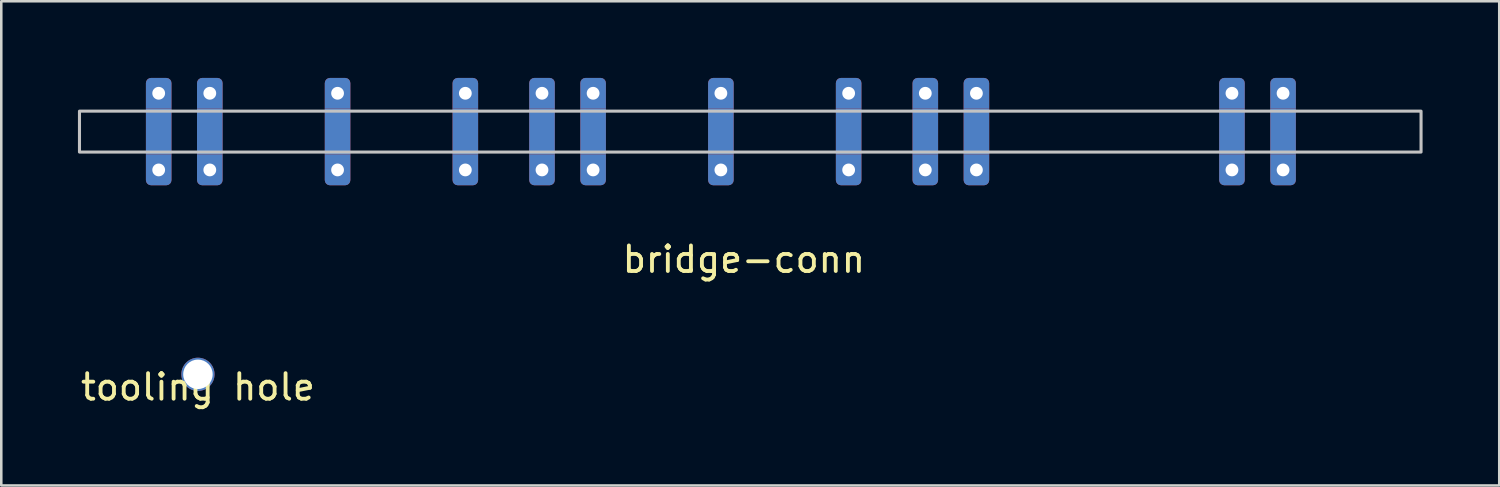
<source format=kicad_pcb>
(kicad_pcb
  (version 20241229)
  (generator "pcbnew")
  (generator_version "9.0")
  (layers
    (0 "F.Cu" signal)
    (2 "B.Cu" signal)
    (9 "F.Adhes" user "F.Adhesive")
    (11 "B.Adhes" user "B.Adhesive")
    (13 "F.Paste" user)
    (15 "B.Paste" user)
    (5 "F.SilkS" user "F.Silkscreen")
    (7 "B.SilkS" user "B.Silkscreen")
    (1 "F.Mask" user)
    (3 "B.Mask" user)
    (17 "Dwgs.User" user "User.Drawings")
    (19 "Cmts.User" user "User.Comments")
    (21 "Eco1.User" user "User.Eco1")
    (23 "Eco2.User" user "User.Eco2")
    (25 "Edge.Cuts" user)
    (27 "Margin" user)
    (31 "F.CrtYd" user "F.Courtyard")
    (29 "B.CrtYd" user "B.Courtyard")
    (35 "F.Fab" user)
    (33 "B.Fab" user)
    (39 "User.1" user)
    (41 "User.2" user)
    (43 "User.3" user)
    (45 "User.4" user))
  (footprint "tooling hole"
    (layer "F.Cu")
    (at 4.696 11.598)
    (property "Reference" "tooling hole" (at 0 0.5 0) (layer "F.SilkS") (effects (font (size 1 1) (thickness 0.15))))
    (attr through_hole)
    (pad "1" thru_hole circle (at 0 0) (size 1.3 1.3) (drill 1.152) (layers "*.Cu" "*.Mask")))
  (footprint "bridge-conn"
    (layer "F.Cu")
    (at 22.56 2.1)
    (property "Reference" "bridge-conn" (at 3.5 5 0) (layer "F.SilkS") (effects (font (size 1 1) (thickness 0.15))))
    (attr through_hole exclude_from_pos_files exclude_from_bom)
    (fp_rect (start -22.5 0.8) (end 30 -0.8) (stroke (width 0.12) (type default)) (fill no) (layer "Dwgs.User"))
    (pad "1" thru_hole roundrect (at -19.4 -1.5) (size 1 1.2) (drill 0.5) (layers "*.Cu" "F.Mask") (roundrect_rratio 0.2) (chamfer_ratio 0) (chamfer bottom_left bottom_right))
    (pad "1" smd rect (at -19.4 0) (size 1 1.8) (layers "F.Cu"))
    (pad "1" smd rect (at -19.4 0) (size 1 1.8) (layers "B.Cu"))
    (pad "1" thru_hole roundrect (at -19.4 1.5 180) (size 1 1.2) (drill 0.5) (layers "*.Cu" "F.Mask") (roundrect_rratio 0.2) (chamfer_ratio 0) (chamfer bottom_left bottom_right))
    (pad "2" thru_hole roundrect (at -17.4 -1.5) (size 1 1.2) (drill 0.5) (layers "*.Cu" "F.Mask") (roundrect_rratio 0.2) (chamfer_ratio 0) (chamfer bottom_left bottom_right))
    (pad "2" smd rect (at -17.4 0) (size 1 1.8) (layers "F.Cu"))
    (pad "2" smd rect (at -17.4 0) (size 1 1.8) (layers "B.Cu"))
    (pad "2" thru_hole roundrect (at -17.4 1.5 180) (size 1 1.2) (drill 0.5) (layers "*.Cu" "F.Mask") (roundrect_rratio 0.2) (chamfer_ratio 0) (chamfer bottom_left bottom_right))
    (pad "3" thru_hole roundrect (at -12.4 -1.5) (size 1 1.2) (drill 0.5) (layers "*.Cu" "F.Mask") (roundrect_rratio 0.2) (chamfer_ratio 0) (chamfer bottom_left bottom_right))
    (pad "3" smd rect (at -12.4 0) (size 1 1.8) (layers "F.Cu"))
    (pad "3" smd rect (at -12.4 0) (size 1 1.8) (layers "B.Cu"))
    (pad "3" thru_hole roundrect (at -12.4 1.5 180) (size 1 1.2) (drill 0.5) (layers "*.Cu" "F.Mask") (roundrect_rratio 0.2) (chamfer_ratio 0) (chamfer bottom_left bottom_right))
    (pad "4" thru_hole roundrect (at -7.4 -1.5) (size 1 1.2) (drill 0.5) (layers "*.Cu" "F.Mask") (roundrect_rratio 0.2) (chamfer_ratio 0) (chamfer bottom_left bottom_right))
    (pad "4" smd rect (at -7.4 0) (size 1 1.8) (layers "F.Cu"))
    (pad "4" smd rect (at -7.4 0) (size 1 1.8) (layers "B.Cu"))
    (pad "4" thru_hole roundrect (at -7.4 1.5 180) (size 1 1.2) (drill 0.5) (layers "*.Cu" "F.Mask") (roundrect_rratio 0.2) (chamfer_ratio 0) (chamfer bottom_left bottom_right))
    (pad "5" thru_hole roundrect (at -4.4 -1.5) (size 1 1.2) (drill 0.5) (layers "*.Cu" "F.Mask") (roundrect_rratio 0.2) (chamfer_ratio 0) (chamfer bottom_left bottom_right))
    (pad "5" smd rect (at -4.4 0) (size 1 1.8) (layers "F.Cu"))
    (pad "5" smd rect (at -4.4 0) (size 1 1.8) (layers "B.Cu"))
    (pad "5" thru_hole roundrect (at -4.4 1.5 180) (size 1 1.2) (drill 0.5) (layers "*.Cu" "F.Mask") (roundrect_rratio 0.2) (chamfer_ratio 0) (chamfer bottom_left bottom_right))
    (pad "6" thru_hole roundrect (at -2.4 -1.5) (size 1 1.2) (drill 0.5) (layers "*.Cu" "F.Mask") (roundrect_rratio 0.2) (chamfer_ratio 0) (chamfer bottom_left bottom_right))
    (pad "6" smd rect (at -2.4 0) (size 1 1.8) (layers "F.Cu"))
    (pad "6" smd rect (at -2.4 0) (size 1 1.8) (layers "B.Cu"))
    (pad "6" thru_hole roundrect (at -2.4 1.5 180) (size 1 1.2) (drill 0.5) (layers "*.Cu" "F.Mask") (roundrect_rratio 0.2) (chamfer_ratio 0) (chamfer bottom_left bottom_right))
    (pad "7" thru_hole roundrect (at 2.6 -1.5) (size 1 1.2) (drill 0.5) (layers "*.Cu" "F.Mask") (roundrect_rratio 0.2) (chamfer_ratio 0) (chamfer bottom_left bottom_right))
    (pad "7" smd rect (at 2.6 0) (size 1 1.8) (layers "F.Cu"))
    (pad "7" smd rect (at 2.6 0) (size 1 1.8) (layers "B.Cu"))
    (pad "7" thru_hole roundrect (at 2.6 1.5 180) (size 1 1.2) (drill 0.5) (layers "*.Cu" "F.Mask") (roundrect_rratio 0.2) (chamfer_ratio 0) (chamfer bottom_left bottom_right))
    (pad "8" thru_hole roundrect (at 7.6 -1.5) (size 1 1.2) (drill 0.5) (layers "*.Cu" "F.Mask") (roundrect_rratio 0.2) (chamfer_ratio 0) (chamfer bottom_left bottom_right))
    (pad "8" smd rect (at 7.6 0) (size 1 1.8) (layers "F.Cu"))
    (pad "8" smd rect (at 7.6 0) (size 1 1.8) (layers "B.Cu"))
    (pad "8" thru_hole roundrect (at 7.6 1.5 180) (size 1 1.2) (drill 0.5) (layers "*.Cu" "F.Mask") (roundrect_rratio 0.2) (chamfer_ratio 0) (chamfer bottom_left bottom_right))
    (pad "9" thru_hole roundrect (at 10.6 -1.5) (size 1 1.2) (drill 0.5) (layers "*.Cu" "F.Mask") (roundrect_rratio 0.2) (chamfer_ratio 0) (chamfer bottom_left bottom_right))
    (pad "9" smd rect (at 10.6 0) (size 1 1.8) (layers "F.Cu"))
    (pad "9" smd rect (at 10.6 0) (size 1 1.8) (layers "B.Cu"))
    (pad "9" thru_hole roundrect (at 10.6 1.5 180) (size 1 1.2) (drill 0.5) (layers "*.Cu" "F.Mask") (roundrect_rratio 0.2) (chamfer_ratio 0) (chamfer bottom_left bottom_right))
    (pad "10" thru_hole roundrect (at 12.6 -1.5) (size 1 1.2) (drill 0.5) (layers "*.Cu" "F.Mask") (roundrect_rratio 0.2) (chamfer_ratio 0) (chamfer bottom_left bottom_right))
    (pad "10" smd rect (at 12.6 0) (size 1 1.8) (layers "F.Cu"))
    (pad "10" smd rect (at 12.6 0) (size 1 1.8) (layers "B.Cu"))
    (pad "10" thru_hole roundrect (at 12.6 1.5 180) (size 1 1.2) (drill 0.5) (layers "*.Cu" "F.Mask") (roundrect_rratio 0.2) (chamfer_ratio 0) (chamfer bottom_left bottom_right))
    (pad "11" thru_hole roundrect (at 22.6 -1.5) (size 1 1.2) (drill 0.5) (layers "*.Cu" "F.Mask") (roundrect_rratio 0.2) (chamfer_ratio 0) (chamfer bottom_left bottom_right))
    (pad "11" smd rect (at 22.6 0) (size 1 1.8) (layers "F.Cu"))
    (pad "11" smd rect (at 22.6 0) (size 1 1.8) (layers "B.Cu"))
    (pad "11" thru_hole roundrect (at 22.6 1.5 180) (size 1 1.2) (drill 0.5) (layers "*.Cu" "F.Mask") (roundrect_rratio 0.2) (chamfer_ratio 0) (chamfer bottom_left bottom_right))
    (pad "12" thru_hole roundrect (at 24.6 -1.5) (size 1 1.2) (drill 0.5) (layers "*.Cu" "F.Mask") (roundrect_rratio 0.2) (chamfer_ratio 0) (chamfer bottom_left bottom_right))
    (pad "12" smd rect (at 24.6 0) (size 1 1.8) (layers "F.Cu"))
    (pad "12" smd rect (at 24.6 0) (size 1 1.8) (layers "B.Cu"))
    (pad "12" thru_hole roundrect (at 24.6 1.5 180) (size 1 1.2) (drill 0.5) (layers "*.Cu" "F.Mask") (roundrect_rratio 0.2) (chamfer_ratio 0) (chamfer bottom_left bottom_right)))
  (gr_rect
    (start -3 -3)
    (end 55.62 15.947)
    (stroke (width 0.1) (type default))
    (fill no)
    (layer "Edge.Cuts")))
</source>
